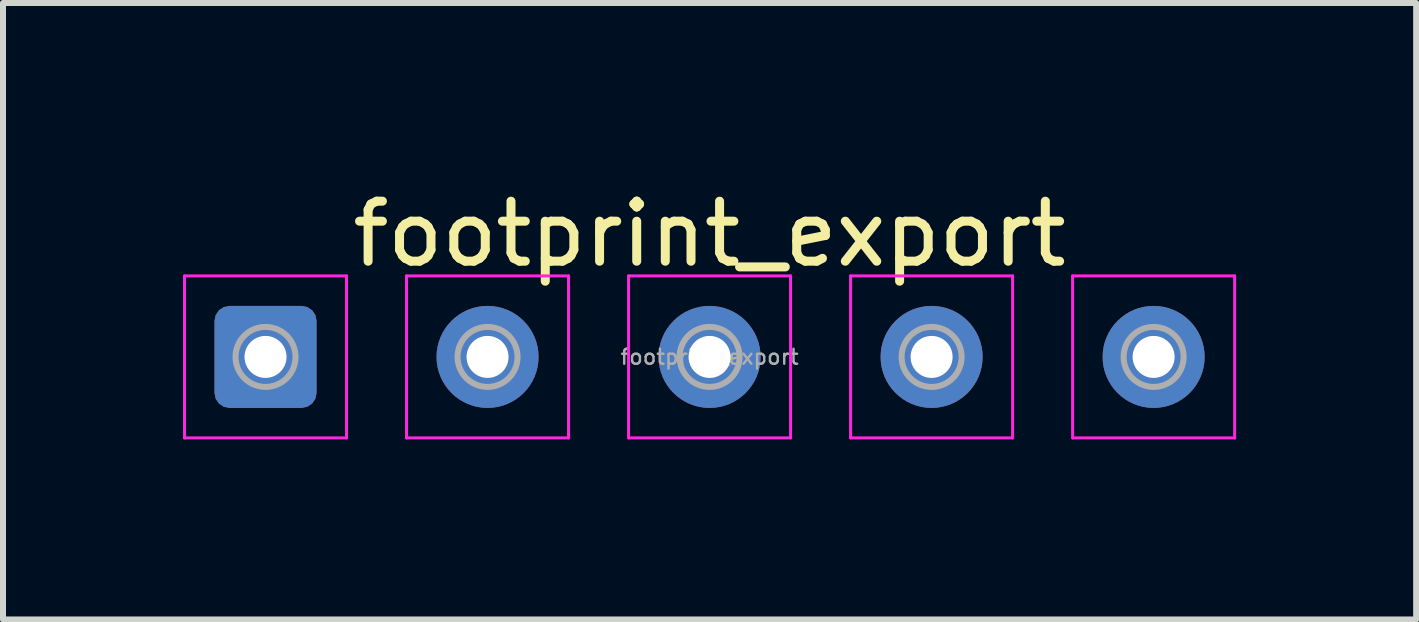
<source format=kicad_pcb>
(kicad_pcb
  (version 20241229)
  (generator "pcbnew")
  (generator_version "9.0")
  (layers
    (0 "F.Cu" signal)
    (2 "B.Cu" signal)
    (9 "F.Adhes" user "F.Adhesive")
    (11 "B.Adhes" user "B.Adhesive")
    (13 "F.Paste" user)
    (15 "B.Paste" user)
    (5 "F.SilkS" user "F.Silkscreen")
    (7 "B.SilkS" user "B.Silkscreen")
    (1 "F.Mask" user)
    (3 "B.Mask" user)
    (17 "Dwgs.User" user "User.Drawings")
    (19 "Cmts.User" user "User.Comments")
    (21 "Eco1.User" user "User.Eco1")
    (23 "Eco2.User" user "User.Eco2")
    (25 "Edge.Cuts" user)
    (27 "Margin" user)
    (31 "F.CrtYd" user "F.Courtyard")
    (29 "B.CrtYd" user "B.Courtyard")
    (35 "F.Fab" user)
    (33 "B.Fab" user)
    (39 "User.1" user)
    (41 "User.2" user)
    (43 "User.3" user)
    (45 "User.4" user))
  (footprint "footprint_export"
    (layer "F.Cu")
    (at 1.375 2.898)
    (property "Reference" "footprint_export" (at 7.4 -2.05 0) (layer "F.SilkS") (effects (font (size 1 1) (thickness 0.15))))
    (attr exclude_from_pos_files exclude_from_bom)
    (fp_line (start -1.35 -1.35) (end -1.35 1.35) (stroke (width 0.05) (type solid)) (layer "F.CrtYd"))
    (fp_line (start -1.35 1.35) (end 1.35 1.35) (stroke (width 0.05) (type solid)) (layer "F.CrtYd"))
    (fp_line (start 1.35 -1.35) (end -1.35 -1.35) (stroke (width 0.05) (type solid)) (layer "F.CrtYd"))
    (fp_line (start 1.35 1.35) (end 1.35 -1.35) (stroke (width 0.05) (type solid)) (layer "F.CrtYd"))
    (fp_line (start 2.35 -1.35) (end 2.35 1.35) (stroke (width 0.05) (type solid)) (layer "F.CrtYd"))
    (fp_line (start 2.35 1.35) (end 5.05 1.35) (stroke (width 0.05) (type solid)) (layer "F.CrtYd"))
    (fp_line (start 5.05 -1.35) (end 2.35 -1.35) (stroke (width 0.05) (type solid)) (layer "F.CrtYd"))
    (fp_line (start 5.05 1.35) (end 5.05 -1.35) (stroke (width 0.05) (type solid)) (layer "F.CrtYd"))
    (fp_line (start 6.05 -1.35) (end 6.05 1.35) (stroke (width 0.05) (type solid)) (layer "F.CrtYd"))
    (fp_line (start 6.05 1.35) (end 8.75 1.35) (stroke (width 0.05) (type solid)) (layer "F.CrtYd"))
    (fp_line (start 8.75 -1.35) (end 6.05 -1.35) (stroke (width 0.05) (type solid)) (layer "F.CrtYd"))
    (fp_line (start 8.75 1.35) (end 8.75 -1.35) (stroke (width 0.05) (type solid)) (layer "F.CrtYd"))
    (fp_line (start 9.75 -1.35) (end 9.75 1.35) (stroke (width 0.05) (type solid)) (layer "F.CrtYd"))
    (fp_line (start 9.75 1.35) (end 12.45 1.35) (stroke (width 0.05) (type solid)) (layer "F.CrtYd"))
    (fp_line (start 12.45 -1.35) (end 9.75 -1.35) (stroke (width 0.05) (type solid)) (layer "F.CrtYd"))
    (fp_line (start 12.45 1.35) (end 12.45 -1.35) (stroke (width 0.05) (type solid)) (layer "F.CrtYd"))
    (fp_line (start 13.45 -1.35) (end 13.45 1.35) (stroke (width 0.05) (type solid)) (layer "F.CrtYd"))
    (fp_line (start 13.45 1.35) (end 16.15 1.35) (stroke (width 0.05) (type solid)) (layer "F.CrtYd"))
    (fp_line (start 16.15 -1.35) (end 13.45 -1.35) (stroke (width 0.05) (type solid)) (layer "F.CrtYd"))
    (fp_line (start 16.15 1.35) (end 16.15 -1.35) (stroke (width 0.05) (type solid)) (layer "F.CrtYd"))
    (fp_circle (center 0 0) (end 0.5 0) (stroke (width 0.1) (type solid)) (fill no) (layer "F.Fab"))
    (fp_circle (center 3.7 0) (end 4.2 0) (stroke (width 0.1) (type solid)) (fill no) (layer "F.Fab"))
    (fp_circle (center 7.4 0) (end 7.9 0) (stroke (width 0.1) (type solid)) (fill no) (layer "F.Fab"))
    (fp_circle (center 11.1 0) (end 11.6 0) (stroke (width 0.1) (type solid)) (fill no) (layer "F.Fab"))
    (fp_circle (center 14.8 0) (end 15.3 0) (stroke (width 0.1) (type solid)) (fill no) (layer "F.Fab"))
    (fp_text user "${REFERENCE}" (at 7.4 0 0) (layer "F.Fab") (effects (font (size 0.25 0.25) (thickness 0.04))))
    (pad "1" thru_hole roundrect (at 0 0) (size 1.7 1.7) (drill 0.7) (layers "*.Cu" "*.Mask") (roundrect_rratio 0.147))
    (pad "2" thru_hole circle (at 3.7 0) (size 1.7 1.7) (drill 0.7) (layers "*.Cu" "*.Mask"))
    (pad "3" thru_hole circle (at 7.4 0) (size 1.7 1.7) (drill 0.7) (layers "*.Cu" "*.Mask"))
    (pad "4" thru_hole circle (at 11.1 0) (size 1.7 1.7) (drill 0.7) (layers "*.Cu" "*.Mask"))
    (pad "5" thru_hole circle (at 14.8 0) (size 1.7 1.7) (drill 0.7) (layers "*.Cu" "*.Mask")))
  (gr_rect
    (start -3 -3)
    (end 20.55 7.273)
    (stroke (width 0.1) (type default))
    (fill no)
    (layer "Edge.Cuts")))
</source>
